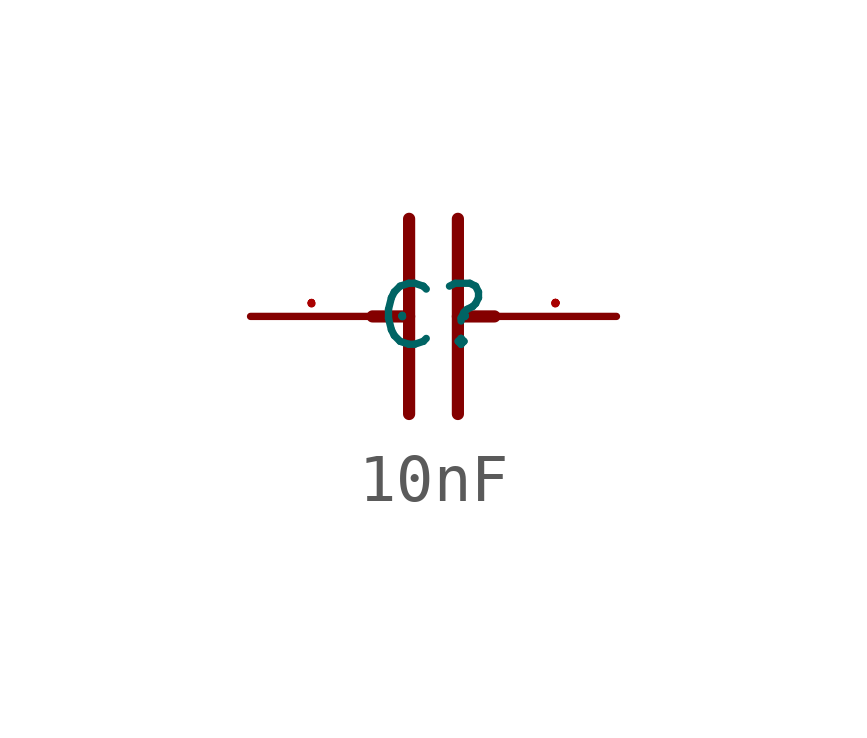
<source format=kicad_sym>
(kicad_symbol_lib
  (version 20241209)
  (generator "kicad_symbol_editor")
  (generator_version "9.0")
  (symbol "10nF"
    (property "Reference" "C"
      (at 0 0 0)
      (effects (font (size 1.27 1.27))))
    (property "Value" ""
      (at 0 0 0)
      (effects (font (size 1.27 1.27))))
    (symbol "10nF_1_0"
      (polyline (pts (xy -1.27 0) (xy -0.508 0)) (stroke (width 0.254) (type default)) (fill (type none)))
      (polyline (pts (xy -0.508 -2.032) (xy -0.508 2.032)) (stroke (width 0.254) (type default)) (fill (type none)))
      (polyline (pts (xy 0.508 0) (xy 1.27 0)) (stroke (width 0.254) (type default)) (fill (type none)))
      (polyline (pts (xy 0.508 -2.032) (xy 0.508 2.032)) (stroke (width 0.254) (type default)) (fill (type none)))
      (pin input line (at -3.81 0 0) (length 2.54) (name "1" (effects (font (size 0.025 0.025)))) (number "1" (effects (font (size 0.025 0.025)))))
      (pin input line (at 3.81 0 180) (length 2.54) (name "2" (effects (font (size 0.025 0.025)))) (number "2" (effects (font (size 0.025 0.025))))))))
</source>
